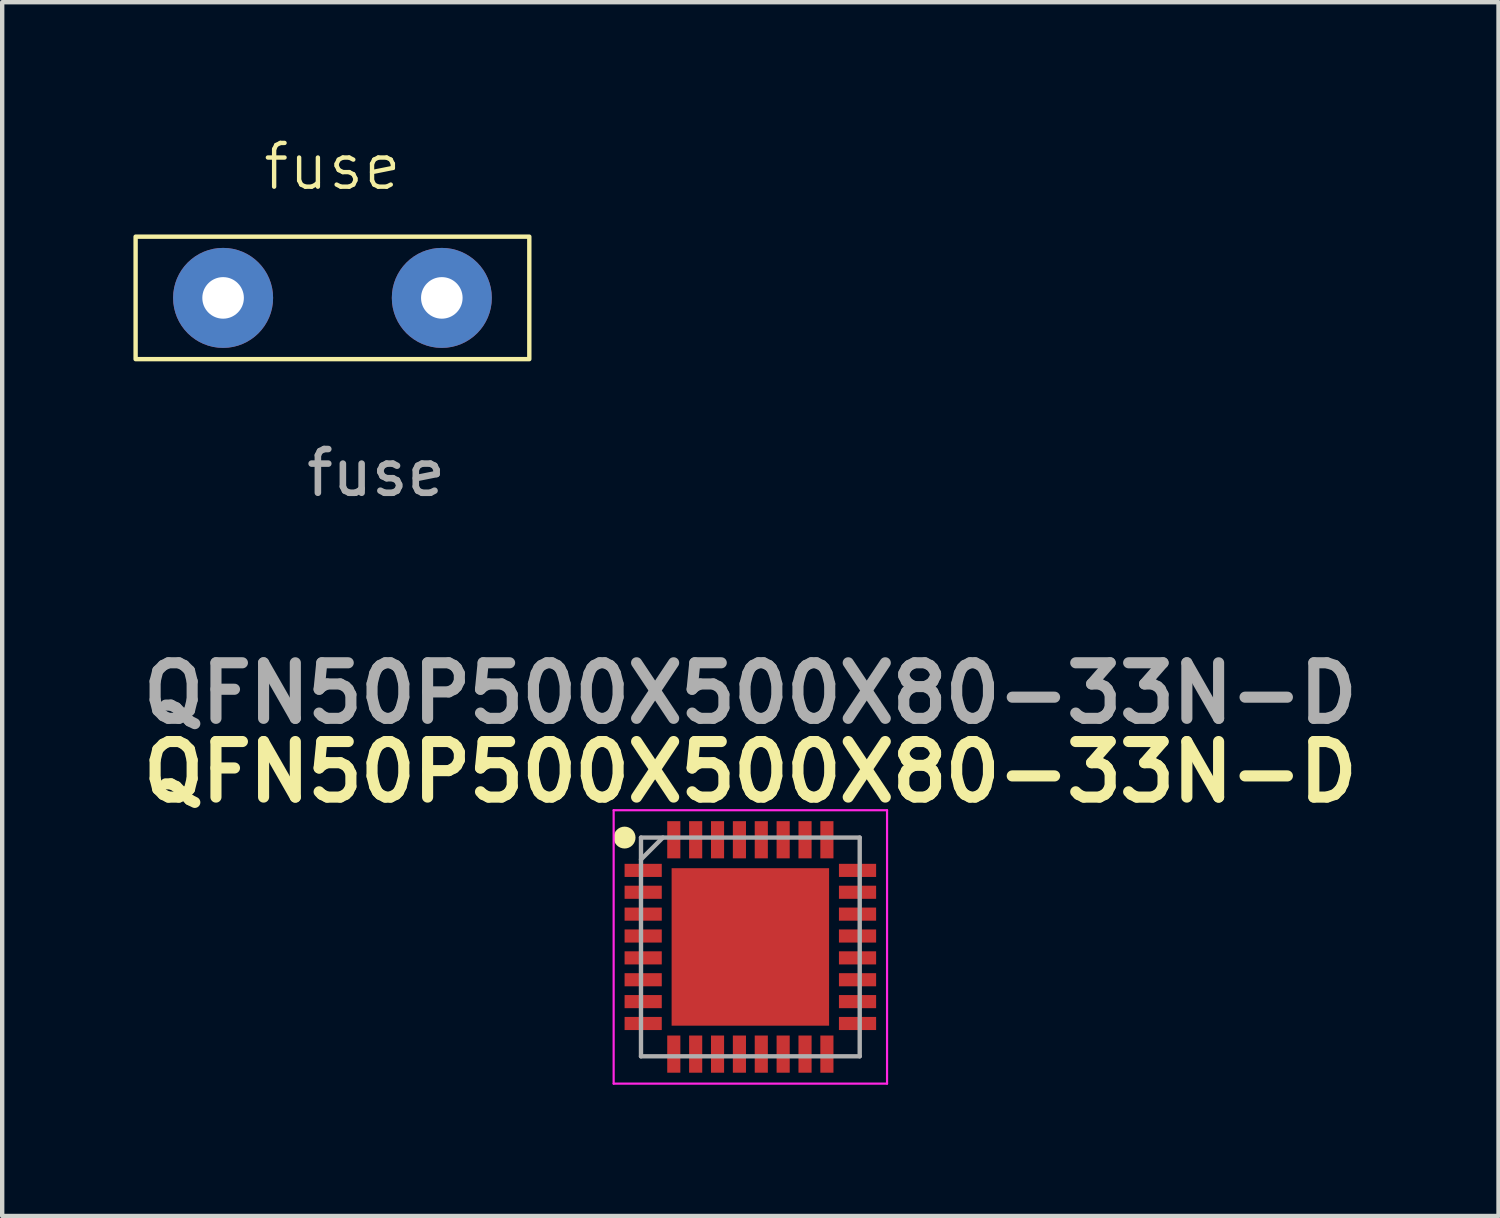
<source format=kicad_pcb>
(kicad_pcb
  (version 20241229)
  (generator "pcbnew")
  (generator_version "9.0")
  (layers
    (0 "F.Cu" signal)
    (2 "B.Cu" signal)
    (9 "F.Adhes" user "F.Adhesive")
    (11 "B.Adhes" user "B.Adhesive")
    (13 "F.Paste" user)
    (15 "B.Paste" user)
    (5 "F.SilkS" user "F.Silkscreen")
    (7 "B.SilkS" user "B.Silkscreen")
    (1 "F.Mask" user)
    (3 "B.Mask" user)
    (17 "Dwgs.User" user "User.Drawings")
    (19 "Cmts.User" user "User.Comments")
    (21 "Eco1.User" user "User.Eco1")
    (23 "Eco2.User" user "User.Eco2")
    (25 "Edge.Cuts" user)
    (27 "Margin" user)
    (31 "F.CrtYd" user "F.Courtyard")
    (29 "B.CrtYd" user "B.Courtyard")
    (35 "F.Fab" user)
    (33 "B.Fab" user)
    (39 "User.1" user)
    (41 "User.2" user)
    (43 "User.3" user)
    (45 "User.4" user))
  (footprint "fuse"
    (layer "F.Cu")
    (at 4.55 3.76)
    (property "Reference" "fuse" (at 0 -3 0) (unlocked yes) (layer "F.SilkS") (effects (font (size 1 1) (thickness 0.1))))
    (attr smd)
    (fp_rect (start -4.5 -1.4) (end 4.5 1.4) (stroke (width 0.1) (type default)) (fill no) (layer "F.SilkS"))
    (fp_text user "${REFERENCE}" (at 1 4 0) (unlocked yes) (layer "F.Fab") (effects (font (size 1 1) (thickness 0.15))))
    (pad "1" thru_hole circle (at -2.5 0) (size 2.286 2.286) (drill 0.95) (layers "*.Cu" "*.Mask"))
    (pad "2" thru_hole circle (at 2.5 0) (size 2.286 2.286) (drill 0.95) (layers "*.Cu" "*.Mask")))
  (footprint "QFN50P500X500X80-33N-D"
    (layer "F.Cu")
    (at 14.103 18.597)
    (property "Reference" "QFN50P500X500X80-33N-D" (at 0 -4 0) (layer "F.SilkS") (effects (font (size 1.27 1.27) (thickness 0.254))))
    (attr smd)
    (fp_circle (center -2.875 -2.5) (end -2.875 -2.375) (stroke (width 0.25) (type solid)) (fill no) (layer "F.SilkS"))
    (fp_line (start -3.125 -3.125) (end 3.125 -3.125) (stroke (width 0.05) (type solid)) (layer "F.CrtYd"))
    (fp_line (start -3.125 3.125) (end -3.125 -3.125) (stroke (width 0.05) (type solid)) (layer "F.CrtYd"))
    (fp_line (start 3.125 -3.125) (end 3.125 3.125) (stroke (width 0.05) (type solid)) (layer "F.CrtYd"))
    (fp_line (start 3.125 3.125) (end -3.125 3.125) (stroke (width 0.05) (type solid)) (layer "F.CrtYd"))
    (fp_line (start -2.5 -2.5) (end 2.5 -2.5) (stroke (width 0.1) (type solid)) (layer "F.Fab"))
    (fp_line (start -2.5 -2) (end -2 -2.5) (stroke (width 0.1) (type solid)) (layer "F.Fab"))
    (fp_line (start -2.5 2.5) (end -2.5 -2.5) (stroke (width 0.1) (type solid)) (layer "F.Fab"))
    (fp_line (start 2.5 -2.5) (end 2.5 2.5) (stroke (width 0.1) (type solid)) (layer "F.Fab"))
    (fp_line (start 2.5 2.5) (end -2.5 2.5) (stroke (width 0.1) (type solid)) (layer "F.Fab"))
    (fp_text user "${REFERENCE}" (at 0 -5.8 0) (layer "F.Fab") (effects (font (size 1.27 1.27) (thickness 0.254))))
    (pad "1" smd rect (at -2.45 -1.75 90) (size 0.3 0.85) (layers "F.Cu" "F.Mask" "F.Paste"))
    (pad "2" smd rect (at -2.45 -1.25 90) (size 0.3 0.85) (layers "F.Cu" "F.Mask" "F.Paste"))
    (pad "3" smd rect (at -2.45 -0.75 90) (size 0.3 0.85) (layers "F.Cu" "F.Mask" "F.Paste"))
    (pad "4" smd rect (at -2.45 -0.25 90) (size 0.3 0.85) (layers "F.Cu" "F.Mask" "F.Paste"))
    (pad "5" smd rect (at -2.45 0.25 90) (size 0.3 0.85) (layers "F.Cu" "F.Mask" "F.Paste"))
    (pad "6" smd rect (at -2.45 0.75 90) (size 0.3 0.85) (layers "F.Cu" "F.Mask" "F.Paste"))
    (pad "7" smd rect (at -2.45 1.25 90) (size 0.3 0.85) (layers "F.Cu" "F.Mask" "F.Paste"))
    (pad "8" smd rect (at -2.45 1.75 90) (size 0.3 0.85) (layers "F.Cu" "F.Mask" "F.Paste"))
    (pad "9" smd rect (at -1.75 2.45) (size 0.3 0.85) (layers "F.Cu" "F.Mask" "F.Paste"))
    (pad "10" smd rect (at -1.25 2.45) (size 0.3 0.85) (layers "F.Cu" "F.Mask" "F.Paste"))
    (pad "11" smd rect (at -0.75 2.45) (size 0.3 0.85) (layers "F.Cu" "F.Mask" "F.Paste"))
    (pad "12" smd rect (at -0.25 2.45) (size 0.3 0.85) (layers "F.Cu" "F.Mask" "F.Paste"))
    (pad "13" smd rect (at 0.25 2.45) (size 0.3 0.85) (layers "F.Cu" "F.Mask" "F.Paste"))
    (pad "14" smd rect (at 0.75 2.45) (size 0.3 0.85) (layers "F.Cu" "F.Mask" "F.Paste"))
    (pad "15" smd rect (at 1.25 2.45) (size 0.3 0.85) (layers "F.Cu" "F.Mask" "F.Paste"))
    (pad "16" smd rect (at 1.75 2.45) (size 0.3 0.85) (layers "F.Cu" "F.Mask" "F.Paste"))
    (pad "17" smd rect (at 2.45 1.75 90) (size 0.3 0.85) (layers "F.Cu" "F.Mask" "F.Paste"))
    (pad "18" smd rect (at 2.45 1.25 90) (size 0.3 0.85) (layers "F.Cu" "F.Mask" "F.Paste"))
    (pad "19" smd rect (at 2.45 0.75 90) (size 0.3 0.85) (layers "F.Cu" "F.Mask" "F.Paste"))
    (pad "20" smd rect (at 2.45 0.25 90) (size 0.3 0.85) (layers "F.Cu" "F.Mask" "F.Paste"))
    (pad "21" smd rect (at 2.45 -0.25 90) (size 0.3 0.85) (layers "F.Cu" "F.Mask" "F.Paste"))
    (pad "22" smd rect (at 2.45 -0.75 90) (size 0.3 0.85) (layers "F.Cu" "F.Mask" "F.Paste"))
    (pad "23" smd rect (at 2.45 -1.25 90) (size 0.3 0.85) (layers "F.Cu" "F.Mask" "F.Paste"))
    (pad "24" smd rect (at 2.45 -1.75 90) (size 0.3 0.85) (layers "F.Cu" "F.Mask" "F.Paste"))
    (pad "25" smd rect (at 1.75 -2.45) (size 0.3 0.85) (layers "F.Cu" "F.Mask" "F.Paste"))
    (pad "26" smd rect (at 1.25 -2.45) (size 0.3 0.85) (layers "F.Cu" "F.Mask" "F.Paste"))
    (pad "27" smd rect (at 0.75 -2.45) (size 0.3 0.85) (layers "F.Cu" "F.Mask" "F.Paste"))
    (pad "28" smd rect (at 0.25 -2.45) (size 0.3 0.85) (layers "F.Cu" "F.Mask" "F.Paste"))
    (pad "29" smd rect (at -0.25 -2.45) (size 0.3 0.85) (layers "F.Cu" "F.Mask" "F.Paste"))
    (pad "30" smd rect (at -0.75 -2.45) (size 0.3 0.85) (layers "F.Cu" "F.Mask" "F.Paste"))
    (pad "31" smd rect (at -1.25 -2.45) (size 0.3 0.85) (layers "F.Cu" "F.Mask" "F.Paste"))
    (pad "32" smd rect (at -1.75 -2.45) (size 0.3 0.85) (layers "F.Cu" "F.Mask" "F.Paste"))
    (pad "33" smd rect (at 0 0) (size 3.6 3.6) (layers "F.Cu" "F.Mask" "F.Paste")))
  (gr_rect
    (start -3 -3)
    (end 31.206 24.747)
    (stroke (width 0.1) (type default))
    (fill no)
    (layer "Edge.Cuts")))
</source>
